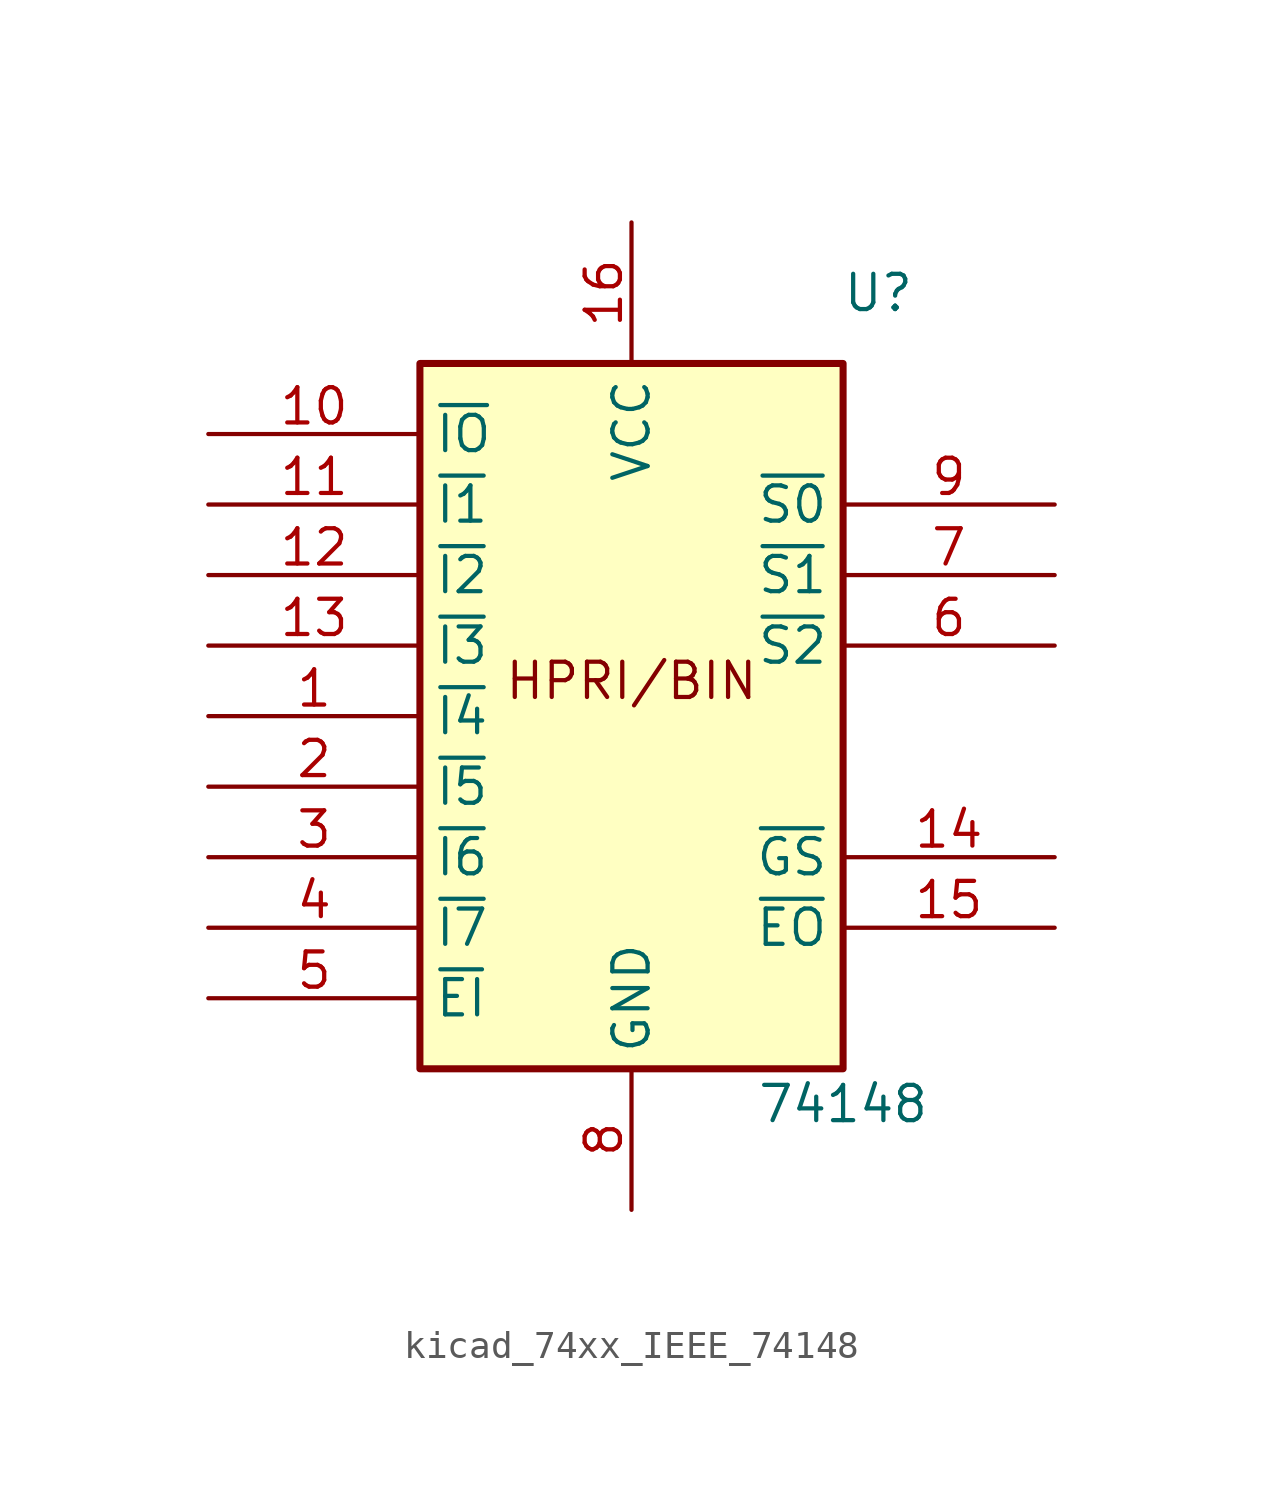
<source format=kicad_sym>
(kicad_symbol_lib
  (version 20220914)
  (generator kicad_symbol_editor)
  (symbol "kicad_74xx_IEEE_74148"
    (property "Reference" "U"
      (at 8.89 15.24 0)
      (effects (font (size 1.27 1.27))))
    (property "Value" "74148"
      (at 7.62 -13.97 0)
      (effects (font (size 1.27 1.27))))
    (symbol "kicad_74xx_IEEE_74148_0_0"
      (rectangle (start -7.62 12.7) (end 7.62 -12.7) (stroke (width 0.254) (type default)) (fill (type background)))
      (text "HPRI/BIN" (at 0 1.27 0) (effects (font (size 1.27 1.27))))
      (pin power_in line (at 0 17.78 270) (length 5.08) (name "VCC" (effects (font (size 1.27 1.27)))) (number "16" (effects (font (size 1.27 1.27)))))
      (pin power_in line (at 0 -17.78 90) (length 5.08) (name "GND" (effects (font (size 1.27 1.27)))) (number "8" (effects (font (size 1.27 1.27))))))
    (symbol "kicad_74xx_IEEE_74148_1_1"
      (pin input line (at -15.24 0 0) (length 7.62) (name "~{I4}" (effects (font (size 1.27 1.27)))) (number "1" (effects (font (size 1.27 1.27)))))
      (pin input line (at -15.24 10.16 0) (length 7.62) (name "~{IO}" (effects (font (size 1.27 1.27)))) (number "10" (effects (font (size 1.27 1.27)))))
      (pin input line (at -15.24 7.62 0) (length 7.62) (name "~{I1}" (effects (font (size 1.27 1.27)))) (number "11" (effects (font (size 1.27 1.27)))))
      (pin input line (at -15.24 5.08 0) (length 7.62) (name "~{I2}" (effects (font (size 1.27 1.27)))) (number "12" (effects (font (size 1.27 1.27)))))
      (pin input line (at -15.24 2.54 0) (length 7.62) (name "~{I3}" (effects (font (size 1.27 1.27)))) (number "13" (effects (font (size 1.27 1.27)))))
      (pin output line (at 15.24 -5.08 180) (length 7.62) (name "~{GS}" (effects (font (size 1.27 1.27)))) (number "14" (effects (font (size 1.27 1.27)))))
      (pin output line (at 15.24 -7.62 180) (length 7.62) (name "~{EO}" (effects (font (size 1.27 1.27)))) (number "15" (effects (font (size 1.27 1.27)))))
      (pin input line (at -15.24 -2.54 0) (length 7.62) (name "~{I5}" (effects (font (size 1.27 1.27)))) (number "2" (effects (font (size 1.27 1.27)))))
      (pin input line (at -15.24 -5.08 0) (length 7.62) (name "~{I6}" (effects (font (size 1.27 1.27)))) (number "3" (effects (font (size 1.27 1.27)))))
      (pin input line (at -15.24 -7.62 0) (length 7.62) (name "~{I7}" (effects (font (size 1.27 1.27)))) (number "4" (effects (font (size 1.27 1.27)))))
      (pin input line (at -15.24 -10.16 0) (length 7.62) (name "~{EI}" (effects (font (size 1.27 1.27)))) (number "5" (effects (font (size 1.27 1.27)))))
      (pin output line (at 15.24 2.54 180) (length 7.62) (name "~{S2}" (effects (font (size 1.27 1.27)))) (number "6" (effects (font (size 1.27 1.27)))))
      (pin output line (at 15.24 5.08 180) (length 7.62) (name "~{S1}" (effects (font (size 1.27 1.27)))) (number "7" (effects (font (size 1.27 1.27)))))
      (pin output line (at 15.24 7.62 180) (length 7.62) (name "~{S0}" (effects (font (size 1.27 1.27)))) (number "9" (effects (font (size 1.27 1.27))))))))
</source>
